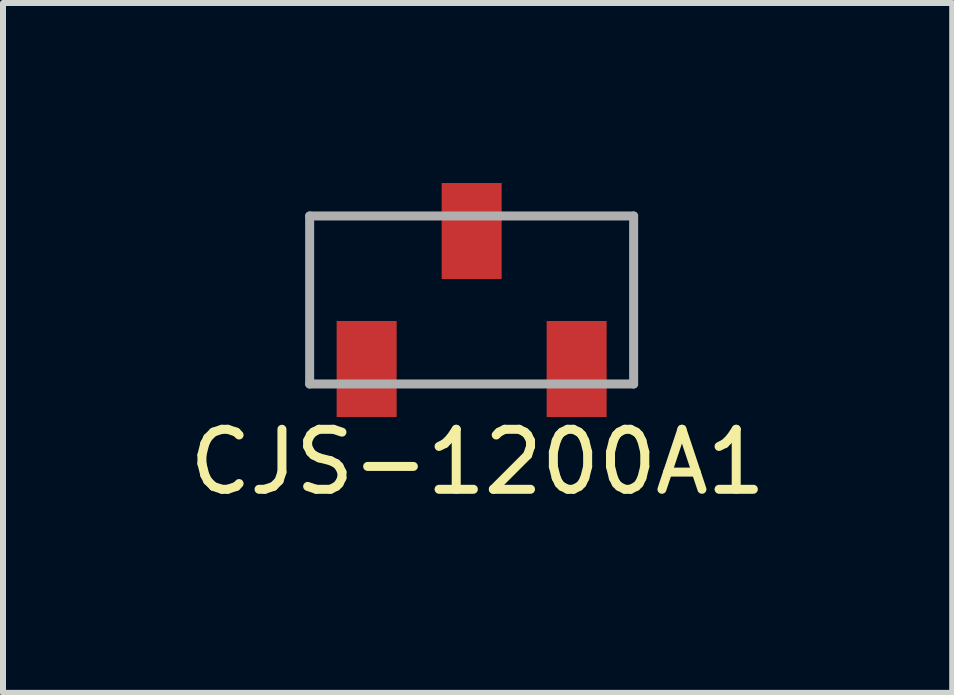
<source format=kicad_pcb>
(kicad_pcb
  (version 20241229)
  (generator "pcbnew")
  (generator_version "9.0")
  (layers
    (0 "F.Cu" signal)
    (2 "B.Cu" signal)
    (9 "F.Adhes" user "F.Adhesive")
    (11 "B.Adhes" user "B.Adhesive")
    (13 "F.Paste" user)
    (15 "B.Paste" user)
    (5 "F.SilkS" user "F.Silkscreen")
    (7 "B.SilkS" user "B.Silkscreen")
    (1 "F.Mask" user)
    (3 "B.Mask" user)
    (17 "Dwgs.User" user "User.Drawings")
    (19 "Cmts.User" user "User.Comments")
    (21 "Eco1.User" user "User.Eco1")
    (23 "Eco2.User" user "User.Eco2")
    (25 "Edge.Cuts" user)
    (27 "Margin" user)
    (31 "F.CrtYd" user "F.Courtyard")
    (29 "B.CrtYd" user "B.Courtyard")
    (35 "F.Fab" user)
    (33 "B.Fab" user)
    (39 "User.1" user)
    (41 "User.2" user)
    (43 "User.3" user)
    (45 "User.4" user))
  (footprint "CJS-1200A1"
    (layer "F.Cu")
    (at 4.811 1.95)
    (property "Reference" "CJS-1200A1" (at 0.1 2.7 0) (layer "F.SilkS") (effects (font (size 1 1) (thickness 0.15))))
    (attr through_hole)
    (fp_line (start -2.7 -1.4) (end 2.7 -1.4) (stroke (width 0.15) (type solid)) (layer "F.Fab"))
    (fp_line (start -2.7 1.4) (end -2.7 -1.4) (stroke (width 0.15) (type solid)) (layer "F.Fab"))
    (fp_line (start 2.7 -1.4) (end 2.7 1.4) (stroke (width 0.15) (type solid)) (layer "F.Fab"))
    (fp_line (start 2.7 1.4) (end -2.7 1.4) (stroke (width 0.15) (type solid)) (layer "F.Fab"))
    (pad "1" smd rect (at -1.75 1.15) (size 1 1.6) (layers "F.Cu" "F.Mask" "F.Paste"))
    (pad "2" smd rect (at 0 -1.15) (size 1 1.6) (layers "F.Cu" "F.Mask" "F.Paste"))
    (pad "3" smd rect (at 1.75 1.15) (size 1 1.6) (layers "F.Cu" "F.Mask" "F.Paste")))
  (gr_rect
    (start -3 -3)
    (end 12.821 8.498)
    (stroke (width 0.1) (type default))
    (fill no)
    (layer "Edge.Cuts")))
</source>
